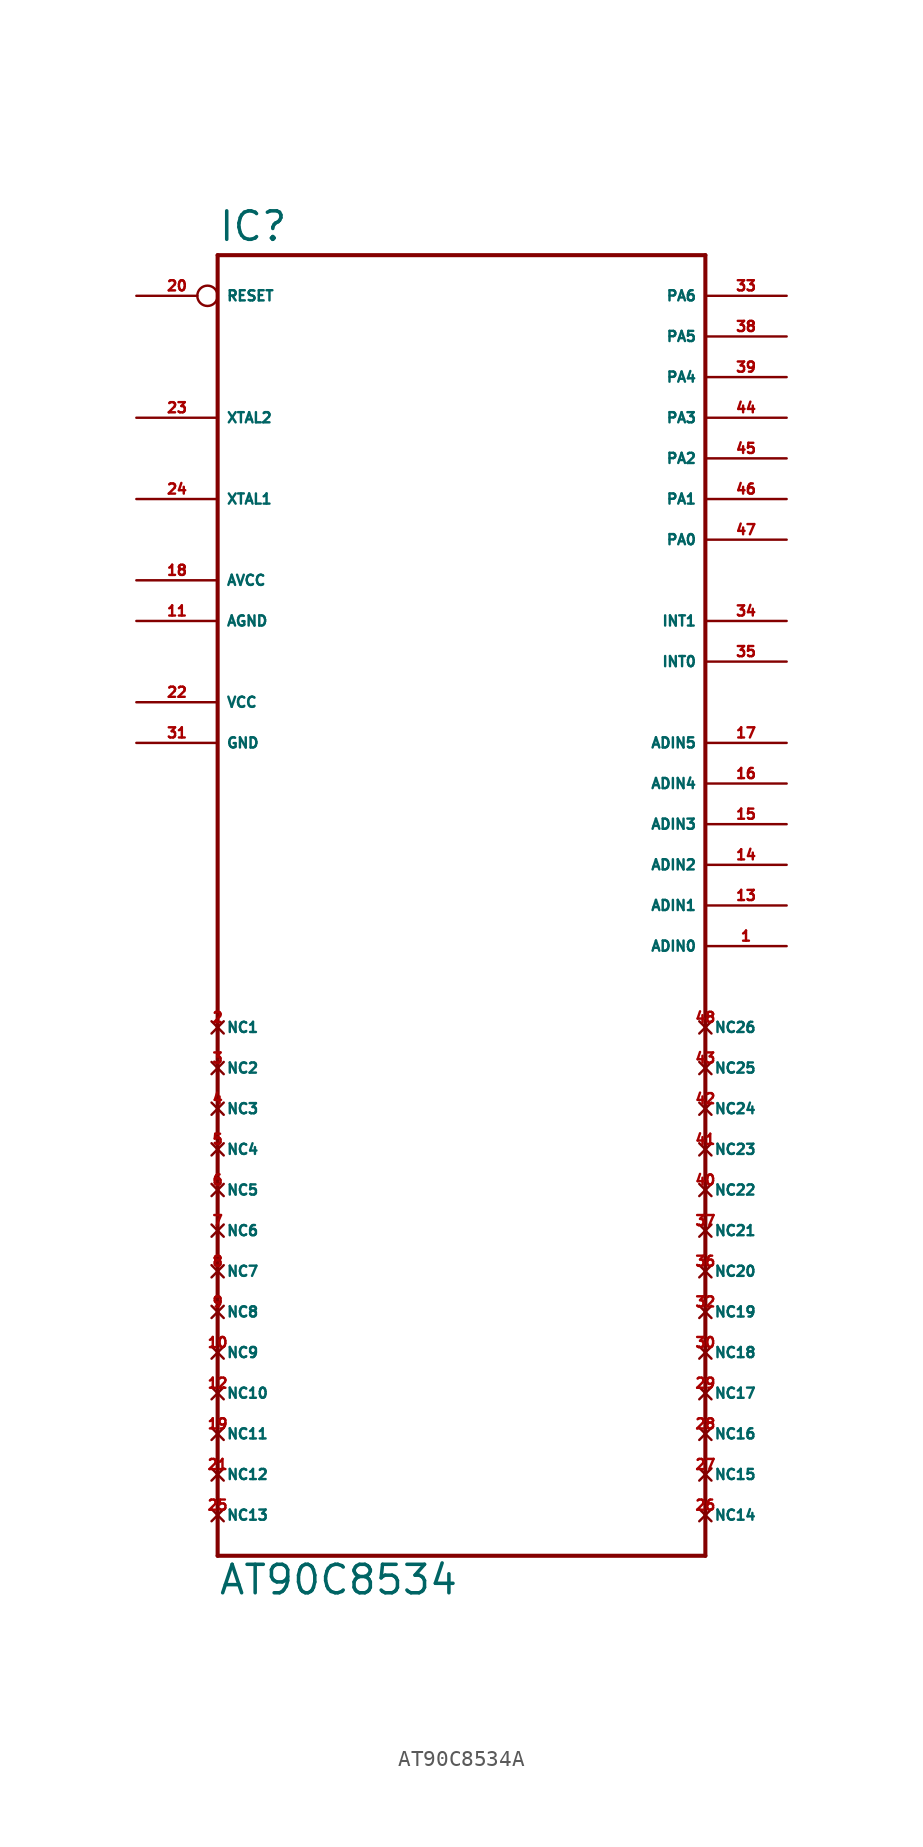
<source format=kicad_sym>
(kicad_symbol_lib
  (version 20220914)
  (generator Eagle2Kicad)
  (symbol "AT90C8534A"
    (property "Reference" "IC"
      (at -15.24 43.942 0)
      (effects (font (size 1.778 1.778) (thickness 0.22)) (justify left bottom)))
    (property "Value" "AT90C8534"
      (at -15.24 -40.64 0)
      (effects (font (size 1.778 1.778) (thickness 0.22)) (justify left bottom)))
    (polyline
      (pts (xy -15.24 43.18) (xy 15.24 43.18))
      (stroke (width 0.254) (type default))
      (fill (type none)))
    (polyline
      (pts (xy 15.24 43.18) (xy 15.24 -38.1))
      (stroke (width 0.254) (type default))
      (fill (type none)))
    (polyline
      (pts (xy 15.24 -38.1) (xy -15.24 -38.1))
      (stroke (width 0.254) (type default))
      (fill (type none)))
    (polyline
      (pts (xy -15.24 -38.1) (xy -15.24 43.18))
      (stroke (width 0.254) (type default))
      (fill (type none)))
    (pin bidirectional line
      (at -20.32 27.94 0)
      (length 5.08)
      (name "XTAL1" (effects (font (size 0.635 0.635) (thickness 0.08)) (justify left bottom)))
      (number "24" (effects (font (size 0.635 0.635) (thickness 0.08)) (justify left bottom))))
    (pin bidirectional line
      (at -20.32 33.02 0)
      (length 5.08)
      (name "XTAL2" (effects (font (size 0.635 0.635) (thickness 0.08)) (justify left bottom)))
      (number "23" (effects (font (size 0.635 0.635) (thickness 0.08)) (justify left bottom))))
    (pin input inverted
      (at -20.32 40.64 0)
      (length 5.08)
      (name "RESET" (effects (font (size 0.635 0.635) (thickness 0.08)) (justify left bottom)))
      (number "20" (effects (font (size 0.635 0.635) (thickness 0.08)) (justify left bottom))))
    (pin bidirectional line
      (at 20.32 40.64 180)
      (length 5.08)
      (name "PA6" (effects (font (size 0.635 0.635) (thickness 0.08)) (justify left bottom)))
      (number "33" (effects (font (size 0.635 0.635) (thickness 0.08)) (justify left bottom))))
    (pin bidirectional line
      (at 20.32 38.1 180)
      (length 5.08)
      (name "PA5" (effects (font (size 0.635 0.635) (thickness 0.08)) (justify left bottom)))
      (number "38" (effects (font (size 0.635 0.635) (thickness 0.08)) (justify left bottom))))
    (pin bidirectional line
      (at 20.32 35.56 180)
      (length 5.08)
      (name "PA4" (effects (font (size 0.635 0.635) (thickness 0.08)) (justify left bottom)))
      (number "39" (effects (font (size 0.635 0.635) (thickness 0.08)) (justify left bottom))))
    (pin bidirectional line
      (at 20.32 33.02 180)
      (length 5.08)
      (name "PA3" (effects (font (size 0.635 0.635) (thickness 0.08)) (justify left bottom)))
      (number "44" (effects (font (size 0.635 0.635) (thickness 0.08)) (justify left bottom))))
    (pin bidirectional line
      (at 20.32 30.48 180)
      (length 5.08)
      (name "PA2" (effects (font (size 0.635 0.635) (thickness 0.08)) (justify left bottom)))
      (number "45" (effects (font (size 0.635 0.635) (thickness 0.08)) (justify left bottom))))
    (pin bidirectional line
      (at 20.32 27.94 180)
      (length 5.08)
      (name "PA1" (effects (font (size 0.635 0.635) (thickness 0.08)) (justify left bottom)))
      (number "46" (effects (font (size 0.635 0.635) (thickness 0.08)) (justify left bottom))))
    (pin bidirectional line
      (at 20.32 25.4 180)
      (length 5.08)
      (name "PA0" (effects (font (size 0.635 0.635) (thickness 0.08)) (justify left bottom)))
      (number "47" (effects (font (size 0.635 0.635) (thickness 0.08)) (justify left bottom))))
    (pin input line
      (at 20.32 20.32 180)
      (length 5.08)
      (name "INT1" (effects (font (size 0.635 0.635) (thickness 0.08)) (justify left bottom)))
      (number "34" (effects (font (size 0.635 0.635) (thickness 0.08)) (justify left bottom))))
    (pin input line
      (at 20.32 17.78 180)
      (length 5.08)
      (name "INT0" (effects (font (size 0.635 0.635) (thickness 0.08)) (justify left bottom)))
      (number "35" (effects (font (size 0.635 0.635) (thickness 0.08)) (justify left bottom))))
    (pin input line
      (at -20.32 22.86 0)
      (length 5.08)
      (name "AVCC" (effects (font (size 0.635 0.635) (thickness 0.08)) (justify left bottom)))
      (number "18" (effects (font (size 0.635 0.635) (thickness 0.08)) (justify left bottom))))
    (pin input line
      (at -20.32 20.32 0)
      (length 5.08)
      (name "AGND" (effects (font (size 0.635 0.635) (thickness 0.08)) (justify left bottom)))
      (number "11" (effects (font (size 0.635 0.635) (thickness 0.08)) (justify left bottom))))
    (pin unspecified line
      (at -20.32 15.24 0)
      (length 5.08)
      (name "VCC" (effects (font (size 0.635 0.635) (thickness 0.08)) (justify left bottom)))
      (number "22" (effects (font (size 0.635 0.635) (thickness 0.08)) (justify left bottom))))
    (pin unspecified line
      (at -20.32 12.7 0)
      (length 5.08)
      (name "GND" (effects (font (size 0.635 0.635) (thickness 0.08)) (justify left bottom)))
      (number "31" (effects (font (size 0.635 0.635) (thickness 0.08)) (justify left bottom))))
    (pin input line
      (at 20.32 12.7 180)
      (length 5.08)
      (name "ADIN5" (effects (font (size 0.635 0.635) (thickness 0.08)) (justify left bottom)))
      (number "17" (effects (font (size 0.635 0.635) (thickness 0.08)) (justify left bottom))))
    (pin input line
      (at 20.32 10.16 180)
      (length 5.08)
      (name "ADIN4" (effects (font (size 0.635 0.635) (thickness 0.08)) (justify left bottom)))
      (number "16" (effects (font (size 0.635 0.635) (thickness 0.08)) (justify left bottom))))
    (pin input line
      (at 20.32 7.62 180)
      (length 5.08)
      (name "ADIN3" (effects (font (size 0.635 0.635) (thickness 0.08)) (justify left bottom)))
      (number "15" (effects (font (size 0.635 0.635) (thickness 0.08)) (justify left bottom))))
    (pin input line
      (at 20.32 5.08 180)
      (length 5.08)
      (name "ADIN2" (effects (font (size 0.635 0.635) (thickness 0.08)) (justify left bottom)))
      (number "14" (effects (font (size 0.635 0.635) (thickness 0.08)) (justify left bottom))))
    (pin input line
      (at 20.32 2.54 180)
      (length 5.08)
      (name "ADIN1" (effects (font (size 0.635 0.635) (thickness 0.08)) (justify left bottom)))
      (number "13" (effects (font (size 0.635 0.635) (thickness 0.08)) (justify left bottom))))
    (pin input line
      (at 20.32 0 180)
      (length 5.08)
      (name "ADIN0" (effects (font (size 0.635 0.635) (thickness 0.08)) (justify left bottom)))
      (number "1" (effects (font (size 0.635 0.635) (thickness 0.08)) (justify left bottom))))
    (pin no_connect line
      (at -15.24 -35.56 0)
      (length 0)
      (name "NC13" (effects (font (size 0.635 0.635) (thickness 0.08)) (justify left bottom) hide))
      (number "25" (effects (font (size 0.635 0.635) (thickness 0.08)) (justify left bottom) hide)))
    (pin no_connect line
      (at -15.24 -33.02 0)
      (length 0)
      (name "NC12" (effects (font (size 0.635 0.635) (thickness 0.08)) (justify left bottom) hide))
      (number "21" (effects (font (size 0.635 0.635) (thickness 0.08)) (justify left bottom) hide)))
    (pin no_connect line
      (at -15.24 -30.48 0)
      (length 0)
      (name "NC11" (effects (font (size 0.635 0.635) (thickness 0.08)) (justify left bottom) hide))
      (number "19" (effects (font (size 0.635 0.635) (thickness 0.08)) (justify left bottom) hide)))
    (pin no_connect line
      (at -15.24 -27.94 0)
      (length 0)
      (name "NC10" (effects (font (size 0.635 0.635) (thickness 0.08)) (justify left bottom) hide))
      (number "12" (effects (font (size 0.635 0.635) (thickness 0.08)) (justify left bottom) hide)))
    (pin no_connect line
      (at -15.24 -25.4 0)
      (length 0)
      (name "NC9" (effects (font (size 0.635 0.635) (thickness 0.08)) (justify left bottom) hide))
      (number "10" (effects (font (size 0.635 0.635) (thickness 0.08)) (justify left bottom) hide)))
    (pin no_connect line
      (at -15.24 -22.86 0)
      (length 0)
      (name "NC8" (effects (font (size 0.635 0.635) (thickness 0.08)) (justify left bottom) hide))
      (number "9" (effects (font (size 0.635 0.635) (thickness 0.08)) (justify left bottom) hide)))
    (pin no_connect line
      (at -15.24 -20.32 0)
      (length 0)
      (name "NC7" (effects (font (size 0.635 0.635) (thickness 0.08)) (justify left bottom) hide))
      (number "8" (effects (font (size 0.635 0.635) (thickness 0.08)) (justify left bottom) hide)))
    (pin no_connect line
      (at -15.24 -17.78 0)
      (length 0)
      (name "NC6" (effects (font (size 0.635 0.635) (thickness 0.08)) (justify left bottom) hide))
      (number "7" (effects (font (size 0.635 0.635) (thickness 0.08)) (justify left bottom) hide)))
    (pin no_connect line
      (at -15.24 -15.24 0)
      (length 0)
      (name "NC5" (effects (font (size 0.635 0.635) (thickness 0.08)) (justify left bottom) hide))
      (number "6" (effects (font (size 0.635 0.635) (thickness 0.08)) (justify left bottom) hide)))
    (pin no_connect line
      (at -15.24 -12.7 0)
      (length 0)
      (name "NC4" (effects (font (size 0.635 0.635) (thickness 0.08)) (justify left bottom) hide))
      (number "5" (effects (font (size 0.635 0.635) (thickness 0.08)) (justify left bottom) hide)))
    (pin no_connect line
      (at 15.24 -35.56 0)
      (length 0)
      (name "NC14" (effects (font (size 0.635 0.635) (thickness 0.08)) (justify left bottom) hide))
      (number "26" (effects (font (size 0.635 0.635) (thickness 0.08)) (justify left bottom) hide)))
    (pin no_connect line
      (at 15.24 -33.02 0)
      (length 0)
      (name "NC15" (effects (font (size 0.635 0.635) (thickness 0.08)) (justify left bottom) hide))
      (number "27" (effects (font (size 0.635 0.635) (thickness 0.08)) (justify left bottom) hide)))
    (pin no_connect line
      (at 15.24 -30.48 0)
      (length 0)
      (name "NC16" (effects (font (size 0.635 0.635) (thickness 0.08)) (justify left bottom) hide))
      (number "28" (effects (font (size 0.635 0.635) (thickness 0.08)) (justify left bottom) hide)))
    (pin no_connect line
      (at 15.24 -27.94 0)
      (length 0)
      (name "NC17" (effects (font (size 0.635 0.635) (thickness 0.08)) (justify left bottom) hide))
      (number "29" (effects (font (size 0.635 0.635) (thickness 0.08)) (justify left bottom) hide)))
    (pin no_connect line
      (at 15.24 -25.4 0)
      (length 0)
      (name "NC18" (effects (font (size 0.635 0.635) (thickness 0.08)) (justify left bottom) hide))
      (number "30" (effects (font (size 0.635 0.635) (thickness 0.08)) (justify left bottom) hide)))
    (pin no_connect line
      (at 15.24 -22.86 0)
      (length 0)
      (name "NC19" (effects (font (size 0.635 0.635) (thickness 0.08)) (justify left bottom) hide))
      (number "32" (effects (font (size 0.635 0.635) (thickness 0.08)) (justify left bottom) hide)))
    (pin no_connect line
      (at 15.24 -20.32 0)
      (length 0)
      (name "NC20" (effects (font (size 0.635 0.635) (thickness 0.08)) (justify left bottom) hide))
      (number "36" (effects (font (size 0.635 0.635) (thickness 0.08)) (justify left bottom) hide)))
    (pin no_connect line
      (at 15.24 -17.78 0)
      (length 0)
      (name "NC21" (effects (font (size 0.635 0.635) (thickness 0.08)) (justify left bottom) hide))
      (number "37" (effects (font (size 0.635 0.635) (thickness 0.08)) (justify left bottom) hide)))
    (pin no_connect line
      (at 15.24 -15.24 0)
      (length 0)
      (name "NC22" (effects (font (size 0.635 0.635) (thickness 0.08)) (justify left bottom) hide))
      (number "40" (effects (font (size 0.635 0.635) (thickness 0.08)) (justify left bottom) hide)))
    (pin no_connect line
      (at 15.24 -12.7 0)
      (length 0)
      (name "NC23" (effects (font (size 0.635 0.635) (thickness 0.08)) (justify left bottom) hide))
      (number "41" (effects (font (size 0.635 0.635) (thickness 0.08)) (justify left bottom) hide)))
    (pin no_connect line
      (at -15.24 -10.16 0)
      (length 0)
      (name "NC3" (effects (font (size 0.635 0.635) (thickness 0.08)) (justify left bottom) hide))
      (number "4" (effects (font (size 0.635 0.635) (thickness 0.08)) (justify left bottom) hide)))
    (pin no_connect line
      (at -15.24 -7.62 0)
      (length 0)
      (name "NC2" (effects (font (size 0.635 0.635) (thickness 0.08)) (justify left bottom) hide))
      (number "3" (effects (font (size 0.635 0.635) (thickness 0.08)) (justify left bottom) hide)))
    (pin no_connect line
      (at -15.24 -5.08 0)
      (length 0)
      (name "NC1" (effects (font (size 0.635 0.635) (thickness 0.08)) (justify left bottom) hide))
      (number "2" (effects (font (size 0.635 0.635) (thickness 0.08)) (justify left bottom) hide)))
    (pin no_connect line
      (at 15.24 -10.16 0)
      (length 0)
      (name "NC24" (effects (font (size 0.635 0.635) (thickness 0.08)) (justify left bottom) hide))
      (number "42" (effects (font (size 0.635 0.635) (thickness 0.08)) (justify left bottom) hide)))
    (pin no_connect line
      (at 15.24 -7.62 0)
      (length 0)
      (name "NC25" (effects (font (size 0.635 0.635) (thickness 0.08)) (justify left bottom) hide))
      (number "43" (effects (font (size 0.635 0.635) (thickness 0.08)) (justify left bottom) hide)))
    (pin no_connect line
      (at 15.24 -5.08 0)
      (length 0)
      (name "NC26" (effects (font (size 0.635 0.635) (thickness 0.08)) (justify left bottom) hide))
      (number "48" (effects (font (size 0.635 0.635) (thickness 0.08)) (justify left bottom) hide)))))
</source>
